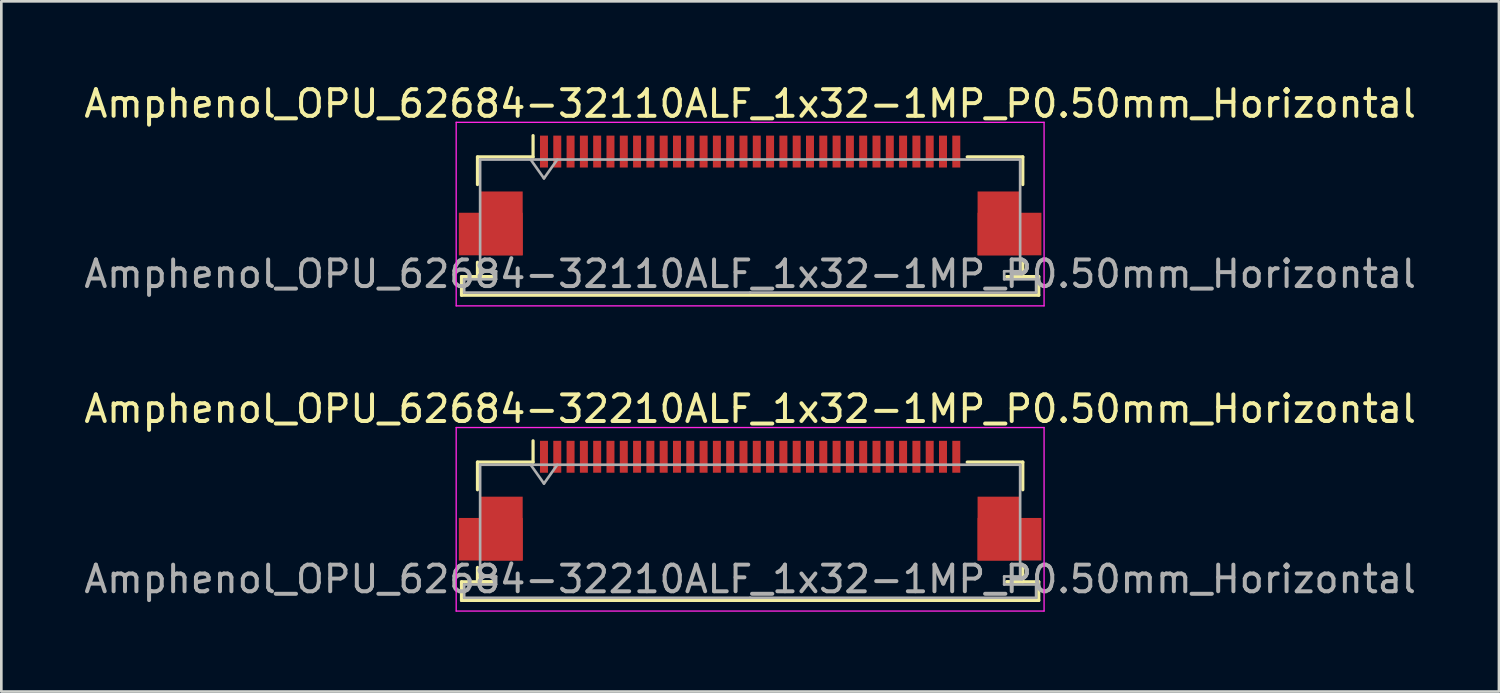
<source format=kicad_pcb>
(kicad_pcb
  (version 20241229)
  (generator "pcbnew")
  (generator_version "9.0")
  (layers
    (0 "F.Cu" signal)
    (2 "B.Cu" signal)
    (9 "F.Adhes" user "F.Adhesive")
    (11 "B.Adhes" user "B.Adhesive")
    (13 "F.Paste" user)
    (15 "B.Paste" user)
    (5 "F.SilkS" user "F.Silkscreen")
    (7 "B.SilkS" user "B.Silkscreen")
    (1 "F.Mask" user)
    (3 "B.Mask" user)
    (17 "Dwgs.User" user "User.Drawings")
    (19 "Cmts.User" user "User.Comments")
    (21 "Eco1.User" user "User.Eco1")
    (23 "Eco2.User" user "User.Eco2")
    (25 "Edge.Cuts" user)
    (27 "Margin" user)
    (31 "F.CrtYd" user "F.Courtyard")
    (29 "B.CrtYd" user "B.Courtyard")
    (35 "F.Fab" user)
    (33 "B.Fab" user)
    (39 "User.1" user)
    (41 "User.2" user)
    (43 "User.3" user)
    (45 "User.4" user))
  (footprint "Amphenol_OPU_62684-32110ALF_1x32-1MP_P0.50mm_Horizontal"
    (layer "F.Cu")
    (at 25.149 4.298)
    (property "Reference" "Amphenol_OPU_62684-32110ALF_1x32-1MP_P0.50mm_Horizontal" (at 0 -3.45 0) (layer "F.SilkS") (effects (font (size 1 1) (thickness 0.15))))
    (attr smd)
    (fp_line (start -10.85 3.05) (end -10.85 3.75) (stroke (width 0.12) (type solid)) (layer "F.SilkS"))
    (fp_line (start -10.85 3.75) (end 10.85 3.75) (stroke (width 0.12) (type solid)) (layer "F.SilkS"))
    (fp_line (start -10.25 -1.45) (end -10.25 -0.41) (stroke (width 0.12) (type solid)) (layer "F.SilkS"))
    (fp_line (start -10.25 2.51) (end -10.25 3.05) (stroke (width 0.12) (type solid)) (layer "F.SilkS"))
    (fp_line (start -10.25 3.05) (end -9.65 3.05) (stroke (width 0.12) (type solid)) (layer "F.SilkS"))
    (fp_line (start -9.65 3.05) (end -10.85 3.05) (stroke (width 0.12) (type solid)) (layer "F.SilkS"))
    (fp_line (start -8.16 -1.45) (end -10.25 -1.45) (stroke (width 0.12) (type solid)) (layer "F.SilkS"))
    (fp_line (start -8.16 -1.45) (end -8.16 -2.25) (stroke (width 0.12) (type solid)) (layer "F.SilkS"))
    (fp_line (start 8.16 -1.45) (end 10.25 -1.45) (stroke (width 0.12) (type solid)) (layer "F.SilkS"))
    (fp_line (start 9.65 3.05) (end 10.25 3.05) (stroke (width 0.12) (type solid)) (layer "F.SilkS"))
    (fp_line (start 10.25 -1.45) (end 10.25 -0.41) (stroke (width 0.12) (type solid)) (layer "F.SilkS"))
    (fp_line (start 10.25 3.05) (end 10.25 2.51) (stroke (width 0.12) (type solid)) (layer "F.SilkS"))
    (fp_line (start 10.85 3.05) (end 9.65 3.05) (stroke (width 0.12) (type solid)) (layer "F.SilkS"))
    (fp_line (start 10.85 3.75) (end 10.85 3.05) (stroke (width 0.12) (type solid)) (layer "F.SilkS"))
    (fp_line (start -11.05 -2.75) (end -11.05 4.15) (stroke (width 0.05) (type solid)) (layer "F.CrtYd"))
    (fp_line (start -11.05 4.15) (end 11.05 4.15) (stroke (width 0.05) (type solid)) (layer "F.CrtYd"))
    (fp_line (start 11.05 -2.75) (end -11.05 -2.75) (stroke (width 0.05) (type solid)) (layer "F.CrtYd"))
    (fp_line (start 11.05 4.15) (end 11.05 -2.75) (stroke (width 0.05) (type solid)) (layer "F.CrtYd"))
    (fp_line (start -10.75 3.15) (end -10.75 3.65) (stroke (width 0.1) (type solid)) (layer "F.Fab"))
    (fp_line (start -10.75 3.65) (end 0 3.65) (stroke (width 0.1) (type solid)) (layer "F.Fab"))
    (fp_line (start -10.15 -1.35) (end -10.15 2.85) (stroke (width 0.1) (type solid)) (layer "F.Fab"))
    (fp_line (start -10.15 2.85) (end -9.55 2.85) (stroke (width 0.1) (type solid)) (layer "F.Fab"))
    (fp_line (start -9.55 2.85) (end -9.55 3.15) (stroke (width 0.1) (type solid)) (layer "F.Fab"))
    (fp_line (start -9.55 3.15) (end -10.75 3.15) (stroke (width 0.1) (type solid)) (layer "F.Fab"))
    (fp_line (start -8.25 -1.35) (end -7.75 -0.643) (stroke (width 0.1) (type solid)) (layer "F.Fab"))
    (fp_line (start -7.75 -0.643) (end -7.25 -1.35) (stroke (width 0.1) (type solid)) (layer "F.Fab"))
    (fp_line (start 0 -1.35) (end -10.15 -1.35) (stroke (width 0.1) (type solid)) (layer "F.Fab"))
    (fp_line (start 0 -1.35) (end 10.15 -1.35) (stroke (width 0.1) (type solid)) (layer "F.Fab"))
    (fp_line (start 9.55 2.85) (end 9.55 3.15) (stroke (width 0.1) (type solid)) (layer "F.Fab"))
    (fp_line (start 9.55 3.15) (end 10.75 3.15) (stroke (width 0.1) (type solid)) (layer "F.Fab"))
    (fp_line (start 10.15 -1.35) (end 10.15 2.85) (stroke (width 0.1) (type solid)) (layer "F.Fab"))
    (fp_line (start 10.15 2.85) (end 9.55 2.85) (stroke (width 0.1) (type solid)) (layer "F.Fab"))
    (fp_line (start 10.75 3.15) (end 10.75 3.65) (stroke (width 0.1) (type solid)) (layer "F.Fab"))
    (fp_line (start 10.75 3.65) (end 0 3.65) (stroke (width 0.1) (type solid)) (layer "F.Fab"))
    (fp_text user "${REFERENCE}" (at 0 2.95 0) (layer "F.Fab") (effects (font (size 1 1) (thickness 0.15))))
    (pad "1" smd rect (at -7.75 -1.65) (size 0.3 1.2) (layers "F.Cu" "F.Mask" "F.Paste"))
    (pad "2" smd rect (at -7.25 -1.65) (size 0.3 1.2) (layers "F.Cu" "F.Mask" "F.Paste"))
    (pad "3" smd rect (at -6.75 -1.65) (size 0.3 1.2) (layers "F.Cu" "F.Mask" "F.Paste"))
    (pad "4" smd rect (at -6.25 -1.65) (size 0.3 1.2) (layers "F.Cu" "F.Mask" "F.Paste"))
    (pad "5" smd rect (at -5.75 -1.65) (size 0.3 1.2) (layers "F.Cu" "F.Mask" "F.Paste"))
    (pad "6" smd rect (at -5.25 -1.65) (size 0.3 1.2) (layers "F.Cu" "F.Mask" "F.Paste"))
    (pad "7" smd rect (at -4.75 -1.65) (size 0.3 1.2) (layers "F.Cu" "F.Mask" "F.Paste"))
    (pad "8" smd rect (at -4.25 -1.65) (size 0.3 1.2) (layers "F.Cu" "F.Mask" "F.Paste"))
    (pad "9" smd rect (at -3.75 -1.65) (size 0.3 1.2) (layers "F.Cu" "F.Mask" "F.Paste"))
    (pad "10" smd rect (at -3.25 -1.65) (size 0.3 1.2) (layers "F.Cu" "F.Mask" "F.Paste"))
    (pad "11" smd rect (at -2.75 -1.65) (size 0.3 1.2) (layers "F.Cu" "F.Mask" "F.Paste"))
    (pad "12" smd rect (at -2.25 -1.65) (size 0.3 1.2) (layers "F.Cu" "F.Mask" "F.Paste"))
    (pad "13" smd rect (at -1.75 -1.65) (size 0.3 1.2) (layers "F.Cu" "F.Mask" "F.Paste"))
    (pad "14" smd rect (at -1.25 -1.65) (size 0.3 1.2) (layers "F.Cu" "F.Mask" "F.Paste"))
    (pad "15" smd rect (at -0.75 -1.65) (size 0.3 1.2) (layers "F.Cu" "F.Mask" "F.Paste"))
    (pad "16" smd rect (at -0.25 -1.65) (size 0.3 1.2) (layers "F.Cu" "F.Mask" "F.Paste"))
    (pad "17" smd rect (at 0.25 -1.65) (size 0.3 1.2) (layers "F.Cu" "F.Mask" "F.Paste"))
    (pad "18" smd rect (at 0.75 -1.65) (size 0.3 1.2) (layers "F.Cu" "F.Mask" "F.Paste"))
    (pad "19" smd rect (at 1.25 -1.65) (size 0.3 1.2) (layers "F.Cu" "F.Mask" "F.Paste"))
    (pad "20" smd rect (at 1.75 -1.65) (size 0.3 1.2) (layers "F.Cu" "F.Mask" "F.Paste"))
    (pad "21" smd rect (at 2.25 -1.65) (size 0.3 1.2) (layers "F.Cu" "F.Mask" "F.Paste"))
    (pad "22" smd rect (at 2.75 -1.65) (size 0.3 1.2) (layers "F.Cu" "F.Mask" "F.Paste"))
    (pad "23" smd rect (at 3.25 -1.65) (size 0.3 1.2) (layers "F.Cu" "F.Mask" "F.Paste"))
    (pad "24" smd rect (at 3.75 -1.65) (size 0.3 1.2) (layers "F.Cu" "F.Mask" "F.Paste"))
    (pad "25" smd rect (at 4.25 -1.65) (size 0.3 1.2) (layers "F.Cu" "F.Mask" "F.Paste"))
    (pad "26" smd rect (at 4.75 -1.65) (size 0.3 1.2) (layers "F.Cu" "F.Mask" "F.Paste"))
    (pad "27" smd rect (at 5.25 -1.65) (size 0.3 1.2) (layers "F.Cu" "F.Mask" "F.Paste"))
    (pad "28" smd rect (at 5.75 -1.65) (size 0.3 1.2) (layers "F.Cu" "F.Mask" "F.Paste"))
    (pad "29" smd rect (at 6.25 -1.65) (size 0.3 1.2) (layers "F.Cu" "F.Mask" "F.Paste"))
    (pad "30" smd rect (at 6.75 -1.65) (size 0.3 1.2) (layers "F.Cu" "F.Mask" "F.Paste"))
    (pad "31" smd rect (at 7.25 -1.65) (size 0.3 1.2) (layers "F.Cu" "F.Mask" "F.Paste"))
    (pad "32" smd rect (at 7.75 -1.65) (size 0.3 1.2) (layers "F.Cu" "F.Mask" "F.Paste"))
    (pad "MP" smd rect (at -9.75 1.45) (size 2.4 1.6) (layers "F.Cu" "F.Mask" "F.Paste"))
    (pad "MP" smd rect (at -9.35 1.05) (size 1.6 2.4) (layers "F.Cu" "F.Mask" "F.Paste"))
    (pad "MP" smd rect (at 9.35 1.05) (size 1.6 2.4) (layers "F.Cu" "F.Mask" "F.Paste"))
    (pad "MP" smd rect (at 9.75 1.45) (size 2.4 1.6) (layers "F.Cu" "F.Mask" "F.Paste")))
  (footprint "Amphenol_OPU_62684-32210ALF_1x32-1MP_P0.50mm_Horizontal"
    (layer "F.Cu")
    (at 25.149 15.771)
    (property "Reference" "Amphenol_OPU_62684-32210ALF_1x32-1MP_P0.50mm_Horizontal" (at 0 -3.45 0) (layer "F.SilkS") (effects (font (size 1 1) (thickness 0.15))))
    (attr smd)
    (fp_line (start -10.85 3.05) (end -10.85 3.75) (stroke (width 0.12) (type solid)) (layer "F.SilkS"))
    (fp_line (start -10.85 3.75) (end 10.85 3.75) (stroke (width 0.12) (type solid)) (layer "F.SilkS"))
    (fp_line (start -10.25 -1.45) (end -10.25 -0.41) (stroke (width 0.12) (type solid)) (layer "F.SilkS"))
    (fp_line (start -10.25 2.51) (end -10.25 3.05) (stroke (width 0.12) (type solid)) (layer "F.SilkS"))
    (fp_line (start -10.25 3.05) (end -9.65 3.05) (stroke (width 0.12) (type solid)) (layer "F.SilkS"))
    (fp_line (start -9.65 3.05) (end -10.85 3.05) (stroke (width 0.12) (type solid)) (layer "F.SilkS"))
    (fp_line (start -8.16 -1.45) (end -10.25 -1.45) (stroke (width 0.12) (type solid)) (layer "F.SilkS"))
    (fp_line (start -8.16 -1.45) (end -8.16 -2.25) (stroke (width 0.12) (type solid)) (layer "F.SilkS"))
    (fp_line (start 8.16 -1.45) (end 10.25 -1.45) (stroke (width 0.12) (type solid)) (layer "F.SilkS"))
    (fp_line (start 9.65 3.05) (end 10.25 3.05) (stroke (width 0.12) (type solid)) (layer "F.SilkS"))
    (fp_line (start 10.25 -1.45) (end 10.25 -0.41) (stroke (width 0.12) (type solid)) (layer "F.SilkS"))
    (fp_line (start 10.25 3.05) (end 10.25 2.51) (stroke (width 0.12) (type solid)) (layer "F.SilkS"))
    (fp_line (start 10.85 3.05) (end 9.65 3.05) (stroke (width 0.12) (type solid)) (layer "F.SilkS"))
    (fp_line (start 10.85 3.75) (end 10.85 3.05) (stroke (width 0.12) (type solid)) (layer "F.SilkS"))
    (fp_line (start -11.05 -2.75) (end -11.05 4.15) (stroke (width 0.05) (type solid)) (layer "F.CrtYd"))
    (fp_line (start -11.05 4.15) (end 11.05 4.15) (stroke (width 0.05) (type solid)) (layer "F.CrtYd"))
    (fp_line (start 11.05 -2.75) (end -11.05 -2.75) (stroke (width 0.05) (type solid)) (layer "F.CrtYd"))
    (fp_line (start 11.05 4.15) (end 11.05 -2.75) (stroke (width 0.05) (type solid)) (layer "F.CrtYd"))
    (fp_line (start -10.75 3.15) (end -10.75 3.65) (stroke (width 0.1) (type solid)) (layer "F.Fab"))
    (fp_line (start -10.75 3.65) (end 0 3.65) (stroke (width 0.1) (type solid)) (layer "F.Fab"))
    (fp_line (start -10.15 -1.35) (end -10.15 2.85) (stroke (width 0.1) (type solid)) (layer "F.Fab"))
    (fp_line (start -10.15 2.85) (end -9.55 2.85) (stroke (width 0.1) (type solid)) (layer "F.Fab"))
    (fp_line (start -9.55 2.85) (end -9.55 3.15) (stroke (width 0.1) (type solid)) (layer "F.Fab"))
    (fp_line (start -9.55 3.15) (end -10.75 3.15) (stroke (width 0.1) (type solid)) (layer "F.Fab"))
    (fp_line (start -8.25 -1.35) (end -7.75 -0.643) (stroke (width 0.1) (type solid)) (layer "F.Fab"))
    (fp_line (start -7.75 -0.643) (end -7.25 -1.35) (stroke (width 0.1) (type solid)) (layer "F.Fab"))
    (fp_line (start 0 -1.35) (end -10.15 -1.35) (stroke (width 0.1) (type solid)) (layer "F.Fab"))
    (fp_line (start 0 -1.35) (end 10.15 -1.35) (stroke (width 0.1) (type solid)) (layer "F.Fab"))
    (fp_line (start 9.55 2.85) (end 9.55 3.15) (stroke (width 0.1) (type solid)) (layer "F.Fab"))
    (fp_line (start 9.55 3.15) (end 10.75 3.15) (stroke (width 0.1) (type solid)) (layer "F.Fab"))
    (fp_line (start 10.15 -1.35) (end 10.15 2.85) (stroke (width 0.1) (type solid)) (layer "F.Fab"))
    (fp_line (start 10.15 2.85) (end 9.55 2.85) (stroke (width 0.1) (type solid)) (layer "F.Fab"))
    (fp_line (start 10.75 3.15) (end 10.75 3.65) (stroke (width 0.1) (type solid)) (layer "F.Fab"))
    (fp_line (start 10.75 3.65) (end 0 3.65) (stroke (width 0.1) (type solid)) (layer "F.Fab"))
    (fp_text user "${REFERENCE}" (at 0 2.95 0) (layer "F.Fab") (effects (font (size 1 1) (thickness 0.15))))
    (pad "1" smd rect (at -7.75 -1.65) (size 0.3 1.2) (layers "F.Cu" "F.Mask" "F.Paste"))
    (pad "2" smd rect (at -7.25 -1.65) (size 0.3 1.2) (layers "F.Cu" "F.Mask" "F.Paste"))
    (pad "3" smd rect (at -6.75 -1.65) (size 0.3 1.2) (layers "F.Cu" "F.Mask" "F.Paste"))
    (pad "4" smd rect (at -6.25 -1.65) (size 0.3 1.2) (layers "F.Cu" "F.Mask" "F.Paste"))
    (pad "5" smd rect (at -5.75 -1.65) (size 0.3 1.2) (layers "F.Cu" "F.Mask" "F.Paste"))
    (pad "6" smd rect (at -5.25 -1.65) (size 0.3 1.2) (layers "F.Cu" "F.Mask" "F.Paste"))
    (pad "7" smd rect (at -4.75 -1.65) (size 0.3 1.2) (layers "F.Cu" "F.Mask" "F.Paste"))
    (pad "8" smd rect (at -4.25 -1.65) (size 0.3 1.2) (layers "F.Cu" "F.Mask" "F.Paste"))
    (pad "9" smd rect (at -3.75 -1.65) (size 0.3 1.2) (layers "F.Cu" "F.Mask" "F.Paste"))
    (pad "10" smd rect (at -3.25 -1.65) (size 0.3 1.2) (layers "F.Cu" "F.Mask" "F.Paste"))
    (pad "11" smd rect (at -2.75 -1.65) (size 0.3 1.2) (layers "F.Cu" "F.Mask" "F.Paste"))
    (pad "12" smd rect (at -2.25 -1.65) (size 0.3 1.2) (layers "F.Cu" "F.Mask" "F.Paste"))
    (pad "13" smd rect (at -1.75 -1.65) (size 0.3 1.2) (layers "F.Cu" "F.Mask" "F.Paste"))
    (pad "14" smd rect (at -1.25 -1.65) (size 0.3 1.2) (layers "F.Cu" "F.Mask" "F.Paste"))
    (pad "15" smd rect (at -0.75 -1.65) (size 0.3 1.2) (layers "F.Cu" "F.Mask" "F.Paste"))
    (pad "16" smd rect (at -0.25 -1.65) (size 0.3 1.2) (layers "F.Cu" "F.Mask" "F.Paste"))
    (pad "17" smd rect (at 0.25 -1.65) (size 0.3 1.2) (layers "F.Cu" "F.Mask" "F.Paste"))
    (pad "18" smd rect (at 0.75 -1.65) (size 0.3 1.2) (layers "F.Cu" "F.Mask" "F.Paste"))
    (pad "19" smd rect (at 1.25 -1.65) (size 0.3 1.2) (layers "F.Cu" "F.Mask" "F.Paste"))
    (pad "20" smd rect (at 1.75 -1.65) (size 0.3 1.2) (layers "F.Cu" "F.Mask" "F.Paste"))
    (pad "21" smd rect (at 2.25 -1.65) (size 0.3 1.2) (layers "F.Cu" "F.Mask" "F.Paste"))
    (pad "22" smd rect (at 2.75 -1.65) (size 0.3 1.2) (layers "F.Cu" "F.Mask" "F.Paste"))
    (pad "23" smd rect (at 3.25 -1.65) (size 0.3 1.2) (layers "F.Cu" "F.Mask" "F.Paste"))
    (pad "24" smd rect (at 3.75 -1.65) (size 0.3 1.2) (layers "F.Cu" "F.Mask" "F.Paste"))
    (pad "25" smd rect (at 4.25 -1.65) (size 0.3 1.2) (layers "F.Cu" "F.Mask" "F.Paste"))
    (pad "26" smd rect (at 4.75 -1.65) (size 0.3 1.2) (layers "F.Cu" "F.Mask" "F.Paste"))
    (pad "27" smd rect (at 5.25 -1.65) (size 0.3 1.2) (layers "F.Cu" "F.Mask" "F.Paste"))
    (pad "28" smd rect (at 5.75 -1.65) (size 0.3 1.2) (layers "F.Cu" "F.Mask" "F.Paste"))
    (pad "29" smd rect (at 6.25 -1.65) (size 0.3 1.2) (layers "F.Cu" "F.Mask" "F.Paste"))
    (pad "30" smd rect (at 6.75 -1.65) (size 0.3 1.2) (layers "F.Cu" "F.Mask" "F.Paste"))
    (pad "31" smd rect (at 7.25 -1.65) (size 0.3 1.2) (layers "F.Cu" "F.Mask" "F.Paste"))
    (pad "32" smd rect (at 7.75 -1.65) (size 0.3 1.2) (layers "F.Cu" "F.Mask" "F.Paste"))
    (pad "MP" smd rect (at -9.75 1.45) (size 2.4 1.6) (layers "F.Cu" "F.Mask" "F.Paste"))
    (pad "MP" smd rect (at -9.35 1.05) (size 1.6 2.4) (layers "F.Cu" "F.Mask" "F.Paste"))
    (pad "MP" smd rect (at 9.35 1.05) (size 1.6 2.4) (layers "F.Cu" "F.Mask" "F.Paste"))
    (pad "MP" smd rect (at 9.75 1.45) (size 2.4 1.6) (layers "F.Cu" "F.Mask" "F.Paste")))
  (gr_rect
    (start -3 -3)
    (end 53.298 22.947)
    (stroke (width 0.1) (type default))
    (fill no)
    (layer "Edge.Cuts")))
</source>
